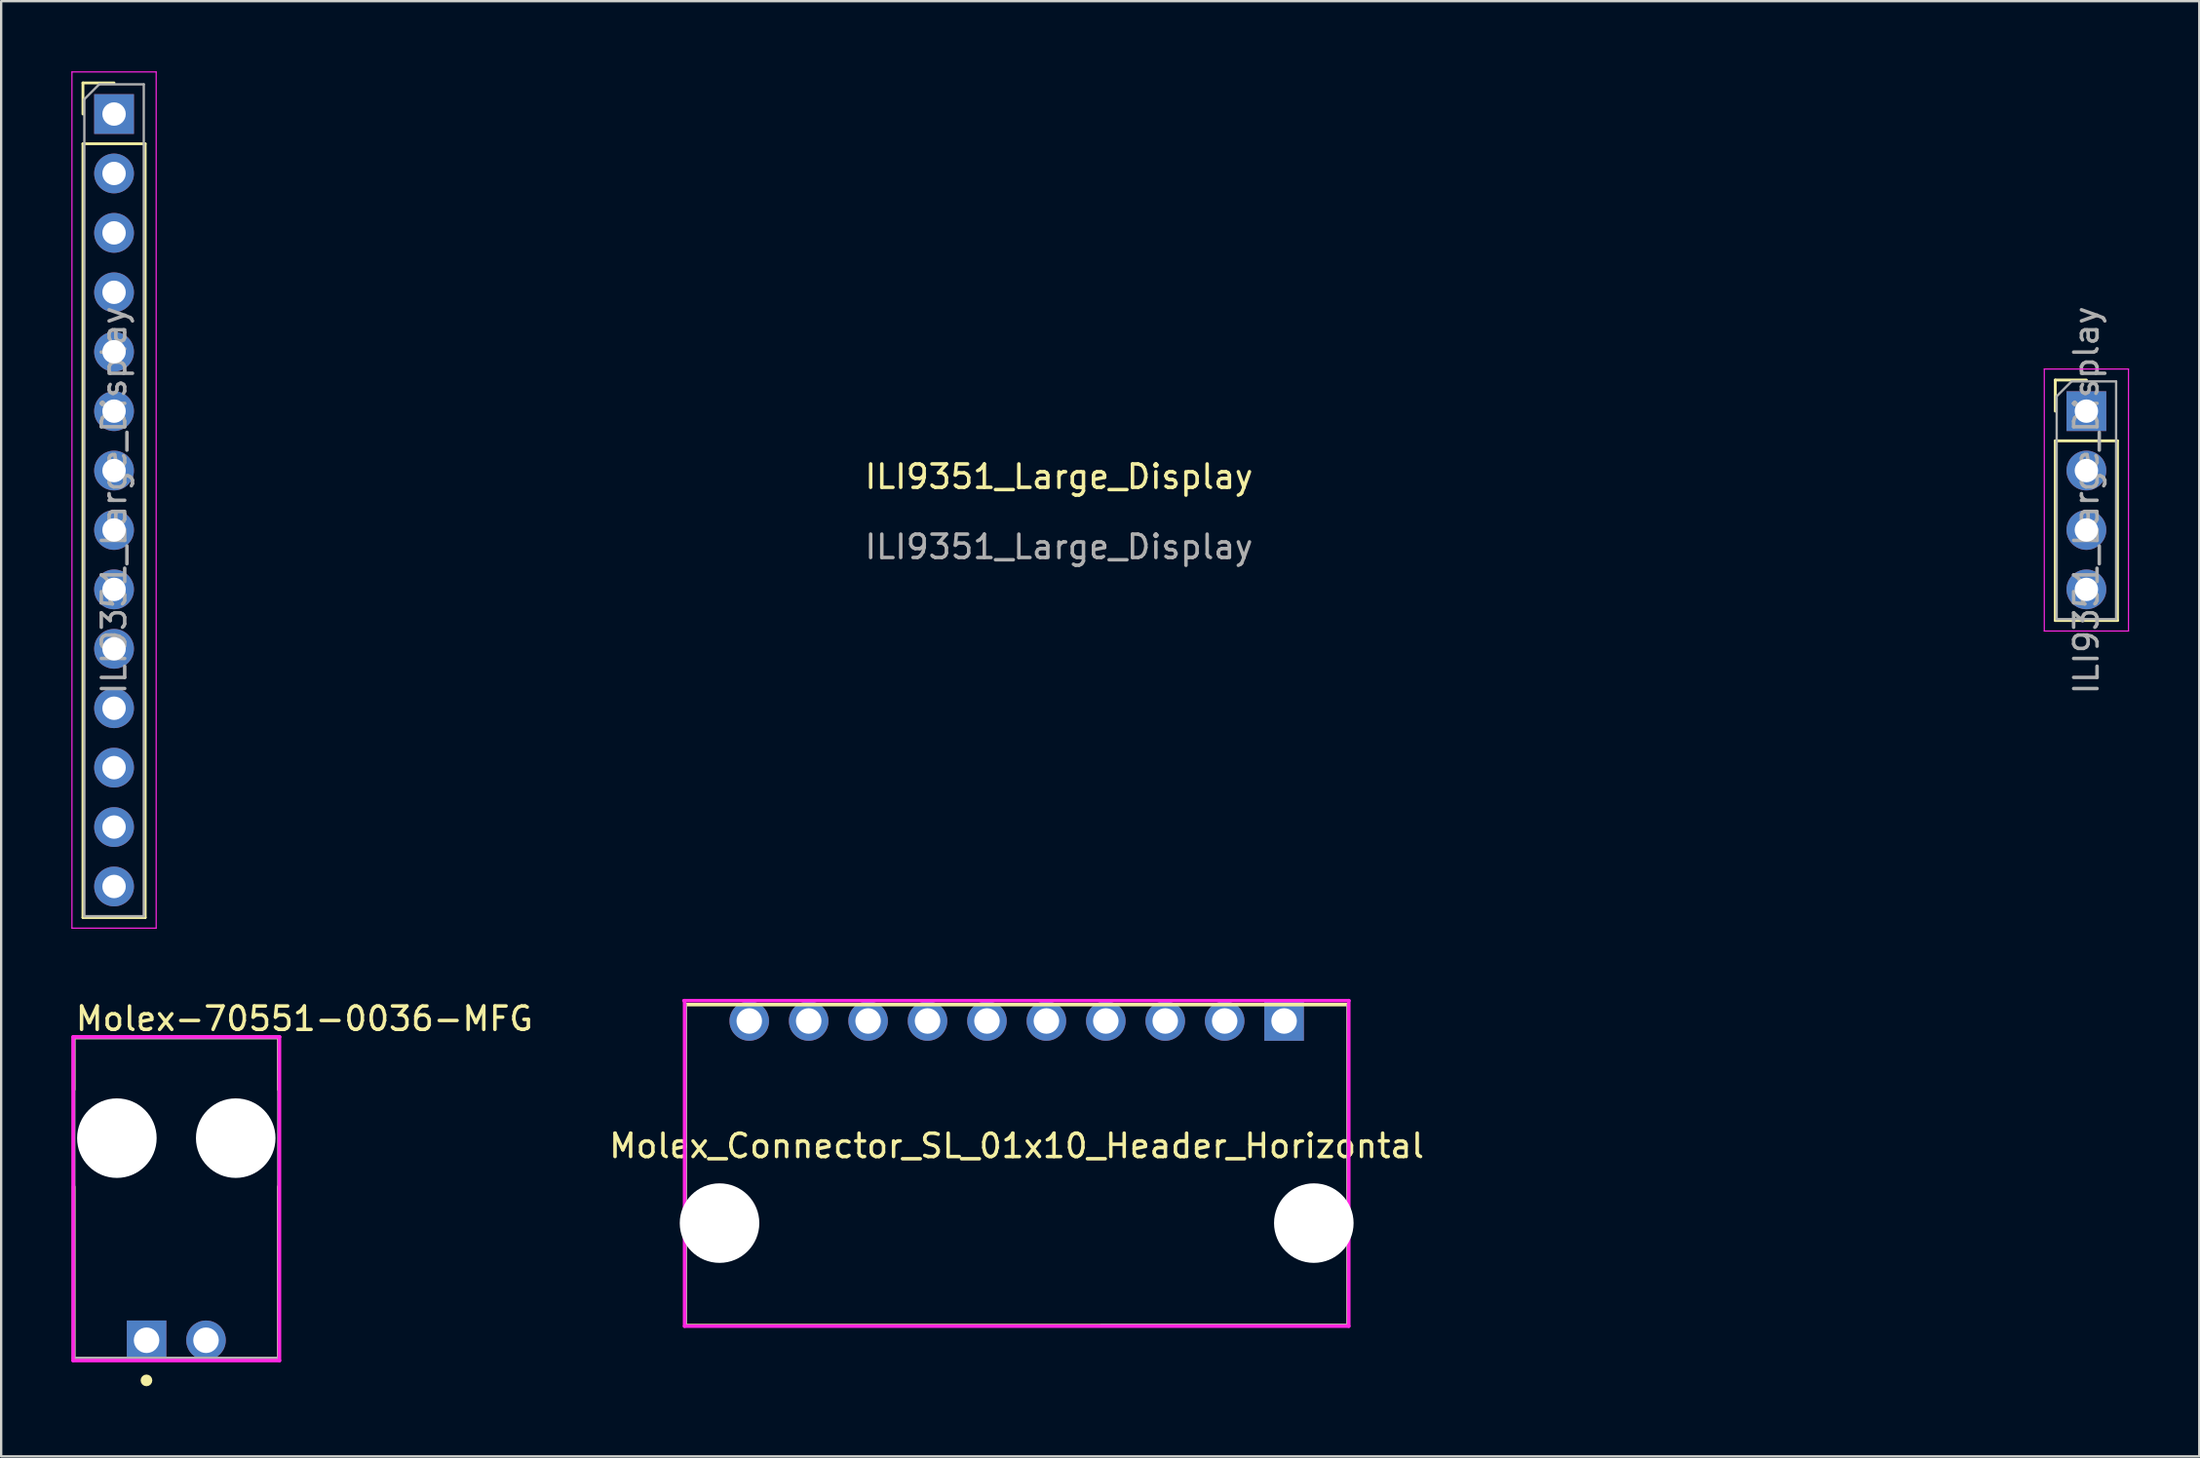
<source format=kicad_pcb>
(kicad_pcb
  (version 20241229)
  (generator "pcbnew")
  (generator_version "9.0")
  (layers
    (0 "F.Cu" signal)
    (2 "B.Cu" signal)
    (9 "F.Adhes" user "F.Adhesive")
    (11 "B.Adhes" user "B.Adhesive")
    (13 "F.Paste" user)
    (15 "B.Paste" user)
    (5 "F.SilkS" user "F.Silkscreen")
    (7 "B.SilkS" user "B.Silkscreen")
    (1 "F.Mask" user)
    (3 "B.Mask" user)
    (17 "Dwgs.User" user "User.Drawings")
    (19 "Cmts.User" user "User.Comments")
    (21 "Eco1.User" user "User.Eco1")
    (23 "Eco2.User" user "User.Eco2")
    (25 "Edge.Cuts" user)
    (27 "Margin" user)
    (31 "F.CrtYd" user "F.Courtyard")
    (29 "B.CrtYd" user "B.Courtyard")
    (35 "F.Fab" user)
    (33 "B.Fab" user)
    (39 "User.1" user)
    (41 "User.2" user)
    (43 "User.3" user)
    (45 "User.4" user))
  (footprint "Molex-70551-0036-MFG"
    (layer "F.Cu")
    (at 4.485 48.158)
    (property "Reference" "Molex-70551-0036-MFG" (at -4.385 -7.66 0) (layer "F.SilkS") (effects (font (size 1 1) (thickness 0.15)) (justify left)))
    (attr through_hole)
    (fp_line (start -4.385 -6.86) (end 4.385 -6.86) (stroke (width 0.15) (type solid)) (layer "F.SilkS"))
    (fp_line (start -4.385 -4.63) (end -4.385 -6.86) (stroke (width 0.15) (type solid)) (layer "F.SilkS"))
    (fp_line (start -4.385 6.86) (end -4.385 -0.48) (stroke (width 0.15) (type solid)) (layer "F.SilkS"))
    (fp_line (start -4.385 6.86) (end -2.49 6.86) (stroke (width 0.15) (type solid)) (layer "F.SilkS"))
    (fp_line (start -0.05 6.86) (end 0.05 6.86) (stroke (width 0.15) (type solid)) (layer "F.SilkS"))
    (fp_line (start 2.49 6.86) (end 4.385 6.86) (stroke (width 0.15) (type solid)) (layer "F.SilkS"))
    (fp_line (start 4.385 -4.63) (end 4.385 -6.86) (stroke (width 0.15) (type solid)) (layer "F.SilkS"))
    (fp_line (start 4.385 6.86) (end 4.385 -0.48) (stroke (width 0.15) (type solid)) (layer "F.SilkS"))
    (fp_circle (center -1.275 7.8) (end -1.15 7.8) (stroke (width 0.25) (type solid)) (fill no) (layer "F.SilkS"))
    (fp_line (start -4.41 -6.885) (end -4.41 6.955) (stroke (width 0.15) (type solid)) (layer "F.CrtYd"))
    (fp_line (start -4.41 6.955) (end 4.41 6.955) (stroke (width 0.15) (type solid)) (layer "F.CrtYd"))
    (fp_line (start 4.41 -6.885) (end -4.41 -6.885) (stroke (width 0.15) (type solid)) (layer "F.CrtYd"))
    (fp_line (start 4.41 -6.885) (end 4.41 -6.885) (stroke (width 0.15) (type solid)) (layer "F.CrtYd"))
    (fp_line (start 4.41 6.955) (end 4.41 -6.885) (stroke (width 0.15) (type solid)) (layer "F.CrtYd"))
    (fp_line (start -4.385 -6.86) (end 4.385 -6.86) (stroke (width 0.15) (type solid)) (layer "F.Fab"))
    (fp_line (start -4.385 6.86) (end -4.385 -6.86) (stroke (width 0.15) (type solid)) (layer "F.Fab"))
    (fp_line (start 4.385 -6.86) (end 4.385 6.86) (stroke (width 0.15) (type solid)) (layer "F.Fab"))
    (fp_line (start 4.385 6.86) (end -4.385 6.86) (stroke (width 0.15) (type solid)) (layer "F.Fab"))
    (pad "" np_thru_hole circle (at -2.54 -2.555) (size 3.4 3.4) (drill 3.4) (layers "*.Cu" "*.Mask"))
    (pad "" np_thru_hole circle (at 2.54 -2.555) (size 3.4 3.4) (drill 3.4) (layers "*.Cu" "*.Mask"))
    (pad "1" thru_hole rect (at -1.27 6.085) (size 1.69 1.69) (drill 1.09) (layers "*.Cu"))
    (pad "2" thru_hole circle (at 1.27 6.085) (size 1.69 1.69) (drill 1.09) (layers "*.Cu")))
  (footprint "ILI9351_Large_Display"
    (layer "F.Cu")
    (at 42.211 17.827)
    (property "Reference" "ILI9351_Large_Display" (at 0 -0.5 0) (unlocked yes) (layer "F.SilkS") (effects (font (size 1 1) (thickness 0.15))))
    (attr through_hole)
    (fp_line (start -41.716 -17.332) (end -40.386 -17.332) (stroke (width 0.12) (type solid)) (layer "F.SilkS"))
    (fp_line (start -41.716 -16.002) (end -41.716 -17.332) (stroke (width 0.12) (type solid)) (layer "F.SilkS"))
    (fp_line (start -41.716 -14.732) (end -41.716 18.348) (stroke (width 0.12) (type solid)) (layer "F.SilkS"))
    (fp_line (start -41.716 -14.732) (end -39.056 -14.732) (stroke (width 0.12) (type solid)) (layer "F.SilkS"))
    (fp_line (start -41.716 18.348) (end -39.056 18.348) (stroke (width 0.12) (type solid)) (layer "F.SilkS"))
    (fp_line (start -39.056 -14.732) (end -39.056 18.348) (stroke (width 0.12) (type solid)) (layer "F.SilkS"))
    (fp_line (start 42.584 -4.632) (end 43.914 -4.632) (stroke (width 0.12) (type solid)) (layer "F.SilkS"))
    (fp_line (start 42.584 -3.302) (end 42.584 -4.632) (stroke (width 0.12) (type solid)) (layer "F.SilkS"))
    (fp_line (start 42.584 -2.032) (end 42.584 5.648) (stroke (width 0.12) (type solid)) (layer "F.SilkS"))
    (fp_line (start 42.584 -2.032) (end 45.244 -2.032) (stroke (width 0.12) (type solid)) (layer "F.SilkS"))
    (fp_line (start 42.584 5.648) (end 45.244 5.648) (stroke (width 0.12) (type solid)) (layer "F.SilkS"))
    (fp_line (start 45.244 -2.032) (end 45.244 5.648) (stroke (width 0.12) (type solid)) (layer "F.SilkS"))
    (fp_line (start -42.186 -17.802) (end -42.186 18.798) (stroke (width 0.05) (type solid)) (layer "F.CrtYd"))
    (fp_line (start -42.186 18.798) (end -38.586 18.798) (stroke (width 0.05) (type solid)) (layer "F.CrtYd"))
    (fp_line (start -38.586 -17.802) (end -42.186 -17.802) (stroke (width 0.05) (type solid)) (layer "F.CrtYd"))
    (fp_line (start -38.586 18.798) (end -38.586 -17.802) (stroke (width 0.05) (type solid)) (layer "F.CrtYd"))
    (fp_line (start 42.114 -5.102) (end 42.114 6.098) (stroke (width 0.05) (type solid)) (layer "F.CrtYd"))
    (fp_line (start 42.114 6.098) (end 45.714 6.098) (stroke (width 0.05) (type solid)) (layer "F.CrtYd"))
    (fp_line (start 45.714 -5.102) (end 42.114 -5.102) (stroke (width 0.05) (type solid)) (layer "F.CrtYd"))
    (fp_line (start 45.714 6.098) (end 45.714 -5.102) (stroke (width 0.05) (type solid)) (layer "F.CrtYd"))
    (fp_line (start -41.656 -16.637) (end -41.021 -17.272) (stroke (width 0.1) (type solid)) (layer "F.Fab"))
    (fp_line (start -41.656 18.288) (end -41.656 -16.637) (stroke (width 0.1) (type solid)) (layer "F.Fab"))
    (fp_line (start -41.021 -17.272) (end -39.116 -17.272) (stroke (width 0.1) (type solid)) (layer "F.Fab"))
    (fp_line (start -39.116 -17.272) (end -39.116 18.288) (stroke (width 0.1) (type solid)) (layer "F.Fab"))
    (fp_line (start -39.116 18.288) (end -41.656 18.288) (stroke (width 0.1) (type solid)) (layer "F.Fab"))
    (fp_line (start 42.644 -3.937) (end 43.279 -4.572) (stroke (width 0.1) (type solid)) (layer "F.Fab"))
    (fp_line (start 42.644 5.588) (end 42.644 -3.937) (stroke (width 0.1) (type solid)) (layer "F.Fab"))
    (fp_line (start 43.279 -4.572) (end 45.184 -4.572) (stroke (width 0.1) (type solid)) (layer "F.Fab"))
    (fp_line (start 45.184 -4.572) (end 45.184 5.588) (stroke (width 0.1) (type solid)) (layer "F.Fab"))
    (fp_line (start 45.184 5.588) (end 42.644 5.588) (stroke (width 0.1) (type solid)) (layer "F.Fab"))
    (fp_text user "${REFERENCE}" (at -40.386 0.508 90) (layer "F.Fab") (effects (font (size 1 1) (thickness 0.15))))
    (fp_text user "${REFERENCE}" (at 0 2.5 0) (unlocked yes) (layer "F.Fab") (effects (font (size 1 1) (thickness 0.15))))
    (fp_text user "${REFERENCE}" (at 43.914 0.508 90) (layer "F.Fab") (effects (font (size 1 1) (thickness 0.15))))
    (pad "1" thru_hole rect (at -40.386 -16.002) (size 1.7 1.7) (drill 1) (layers "*.Cu" "*.Mask"))
    (pad "2" thru_hole oval (at -40.386 -13.462) (size 1.7 1.7) (drill 1) (layers "*.Cu" "*.Mask"))
    (pad "3" thru_hole oval (at -40.386 -10.922) (size 1.7 1.7) (drill 1) (layers "*.Cu" "*.Mask"))
    (pad "4" thru_hole oval (at -40.386 -8.382) (size 1.7 1.7) (drill 1) (layers "*.Cu" "*.Mask"))
    (pad "5" thru_hole oval (at -40.386 -5.842) (size 1.7 1.7) (drill 1) (layers "*.Cu" "*.Mask"))
    (pad "6" thru_hole oval (at -40.386 -3.302) (size 1.7 1.7) (drill 1) (layers "*.Cu" "*.Mask"))
    (pad "7" thru_hole oval (at -40.386 -0.762) (size 1.7 1.7) (drill 1) (layers "*.Cu" "*.Mask"))
    (pad "8" thru_hole oval (at -40.386 1.778) (size 1.7 1.7) (drill 1) (layers "*.Cu" "*.Mask"))
    (pad "9" thru_hole oval (at -40.386 4.318) (size 1.7 1.7) (drill 1) (layers "*.Cu" "*.Mask"))
    (pad "10" thru_hole oval (at -40.386 6.858) (size 1.7 1.7) (drill 1) (layers "*.Cu" "*.Mask"))
    (pad "11" thru_hole oval (at -40.386 9.398) (size 1.7 1.7) (drill 1) (layers "*.Cu" "*.Mask"))
    (pad "12" thru_hole oval (at -40.386 11.938) (size 1.7 1.7) (drill 1) (layers "*.Cu" "*.Mask"))
    (pad "13" thru_hole oval (at -40.386 14.478) (size 1.7 1.7) (drill 1) (layers "*.Cu" "*.Mask"))
    (pad "14" thru_hole oval (at -40.386 17.018) (size 1.7 1.7) (drill 1) (layers "*.Cu" "*.Mask"))
    (pad "15" thru_hole rect (at 43.914 -3.302) (size 1.7 1.7) (drill 1) (layers "*.Cu" "*.Mask"))
    (pad "16" thru_hole oval (at 43.914 -0.762) (size 1.7 1.7) (drill 1) (layers "*.Cu" "*.Mask"))
    (pad "17" thru_hole oval (at 43.914 1.778) (size 1.7 1.7) (drill 1) (layers "*.Cu" "*.Mask"))
    (pad "18" thru_hole oval (at 43.914 4.318) (size 1.7 1.7) (drill 1) (layers "*.Cu" "*.Mask")))
  (footprint "Molex_Connector_SL_01x10_Header_Horizontal"
    (layer "F.Cu")
    (at 40.404 46.695)
    (property "Reference" "Molex_Connector_SL_01x10_Header_Horizontal" (at 0 -0.762 0) (unlocked yes) (layer "F.SilkS") (effects (font (size 1 1) (thickness 0.15))))
    (attr smd)
    (fp_line (start -14.17 -6.8) (end 14.17 -6.8) (stroke (width 0.15) (type solid)) (layer "F.SilkS"))
    (fp_line (start -14.17 6.92) (end -14.17 -6.8) (stroke (width 0.15) (type solid)) (layer "F.SilkS"))
    (fp_line (start -14.17 6.92) (end 14.17 6.92) (stroke (width 0.15) (type solid)) (layer "F.SilkS"))
    (fp_line (start 14.17 6.92) (end 14.17 -6.8) (stroke (width 0.15) (type solid)) (layer "F.SilkS"))
    (fp_line (start -14.195 -6.97) (end -14.195 6.945) (stroke (width 0.15) (type solid)) (layer "F.CrtYd"))
    (fp_line (start -14.195 6.945) (end 14.195 6.945) (stroke (width 0.15) (type solid)) (layer "F.CrtYd"))
    (fp_line (start 14.195 -6.97) (end -14.224 -6.97) (stroke (width 0.15) (type solid)) (layer "F.CrtYd"))
    (fp_line (start 14.195 -6.97) (end 14.195 -6.97) (stroke (width 0.15) (type solid)) (layer "F.CrtYd"))
    (fp_line (start 14.195 6.945) (end 14.195 -6.97) (stroke (width 0.15) (type solid)) (layer "F.CrtYd"))
    (fp_line (start -14.17 6.92) (end -14.17 -6.8) (stroke (width 0.15) (type solid)) (layer "F.Fab"))
    (fp_line (start 14.17 -6.8) (end 14.17 6.92) (stroke (width 0.15) (type solid)) (layer "F.Fab"))
    (fp_line (start 14.17 6.92) (end 3.61 6.92) (stroke (width 0.15) (type solid)) (layer "F.Fab"))
    (pad "" np_thru_hole circle (at -12.7 2.54) (size 3.4 3.4) (drill 3.4) (layers "*.Cu" "*.Mask"))
    (pad "" np_thru_hole circle (at 12.7 2.54) (size 3.4 3.4) (drill 3.4) (layers "*.Cu" "*.Mask"))
    (pad "1" thru_hole rect (at 11.43 -6.1) (size 1.69 1.69) (drill 1.09) (layers "*.Cu" "*.Mask"))
    (pad "2" thru_hole circle (at 8.89 -6.1) (size 1.69 1.69) (drill 1.09) (layers "*.Cu" "*.Mask"))
    (pad "3" thru_hole circle (at 6.35 -6.1) (size 1.69 1.69) (drill 1.09) (layers "*.Cu" "*.Mask"))
    (pad "4" thru_hole circle (at 3.81 -6.1) (size 1.69 1.69) (drill 1.09) (layers "*.Cu" "*.Mask"))
    (pad "5" thru_hole circle (at 1.27 -6.1) (size 1.69 1.69) (drill 1.09) (layers "*.Cu" "*.Mask"))
    (pad "6" thru_hole circle (at -1.27 -6.1) (size 1.69 1.69) (drill 1.09) (layers "*.Cu" "*.Mask"))
    (pad "7" thru_hole circle (at -3.81 -6.1) (size 1.69 1.69) (drill 1.09) (layers "*.Cu" "*.Mask"))
    (pad "8" thru_hole circle (at -6.35 -6.1) (size 1.69 1.69) (drill 1.09) (layers "*.Cu" "*.Mask"))
    (pad "9" thru_hole circle (at -8.89 -6.1) (size 1.69 1.69) (drill 1.09) (layers "*.Cu" "*.Mask"))
    (pad "10" thru_hole circle (at -11.43 -6.1) (size 1.69 1.69) (drill 1.09) (layers "*.Cu" "*.Mask")))
  (gr_rect
    (start -3 -3)
    (end 90.95 59.208)
    (stroke (width 0.1) (type default))
    (fill no)
    (layer "Edge.Cuts")))
</source>
